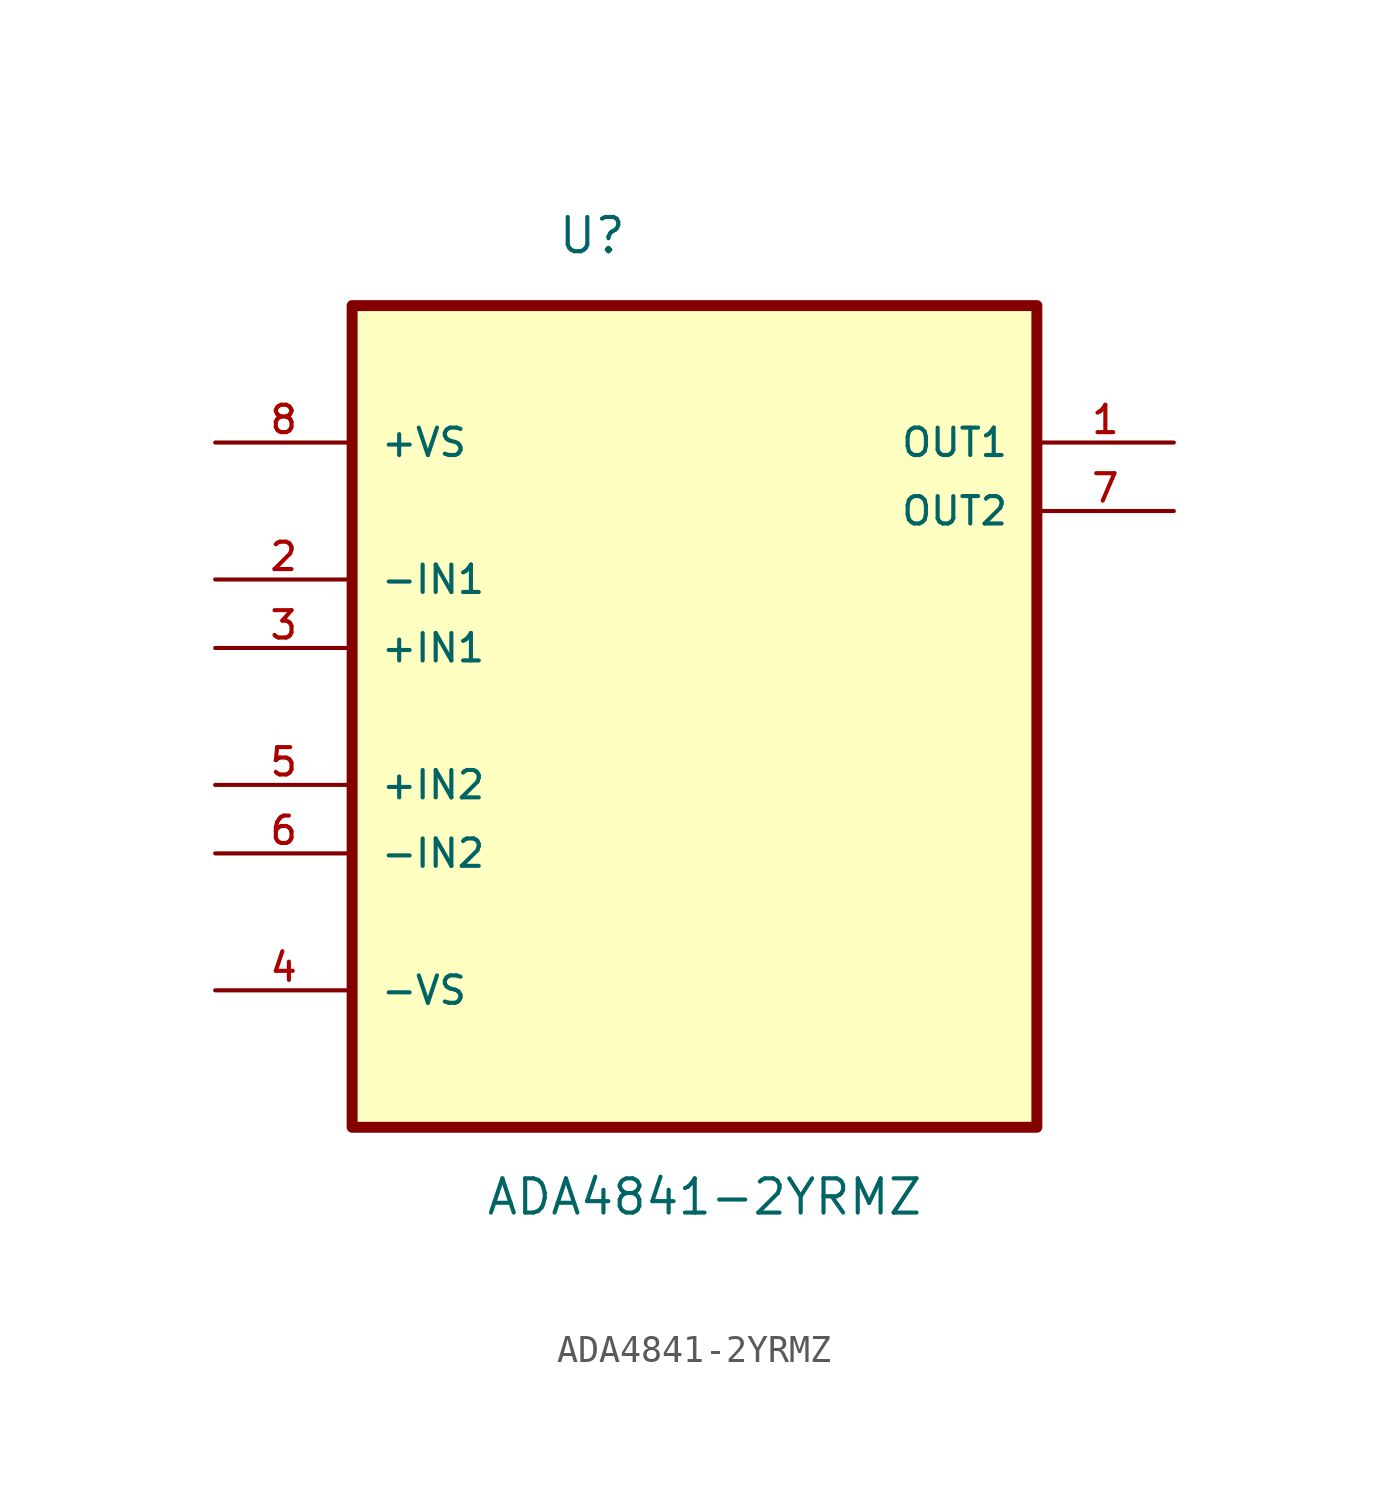
<source format=kicad_sym>
(kicad_symbol_lib
  (version 20211014)
  (generator kicad_symbol_editor)
  (symbol "ADA4841-2YRMZ"
    (pin_names
      (offset 1.016))
    (property "Reference" "U"
      (at -5.105 14.554 0)
      (effects (font (size 1.27 1.27)) (justify left bottom)))
    (property "Value" "ADA4841-2YRMZ"
      (at -7.772 -21.107 0)
      (effects (font (size 1.27 1.27)) (justify left bottom)))
    (property "ki_locked" ""
      (at 0 0 0)
      (effects (font (size 1.27 1.27))))
    (symbol "ADA4841-2YRMZ_0_0"
      (rectangle (start -12.7 -17.78) (end 12.7 12.7) (stroke (width 0.406) (type default) (color 0 0 0 0)) (fill (type background)))
      (pin output line (at 17.78 7.62 180) (length 5.08) (name "OUT1" (effects (font (size 1.016 1.016)))) (number "1" (effects (font (size 1.016 1.016)))))
      (pin input line (at -17.78 2.54 0) (length 5.08) (name "-IN1" (effects (font (size 1.016 1.016)))) (number "2" (effects (font (size 1.016 1.016)))))
      (pin input line (at -17.78 0 0) (length 5.08) (name "+IN1" (effects (font (size 1.016 1.016)))) (number "3" (effects (font (size 1.016 1.016)))))
      (pin power_in line (at -17.78 -12.7 0) (length 5.08) (name "-VS" (effects (font (size 1.016 1.016)))) (number "4" (effects (font (size 1.016 1.016)))))
      (pin input line (at -17.78 -5.08 0) (length 5.08) (name "+IN2" (effects (font (size 1.016 1.016)))) (number "5" (effects (font (size 1.016 1.016)))))
      (pin input line (at -17.78 -7.62 0) (length 5.08) (name "-IN2" (effects (font (size 1.016 1.016)))) (number "6" (effects (font (size 1.016 1.016)))))
      (pin output line (at 17.78 5.08 180) (length 5.08) (name "OUT2" (effects (font (size 1.016 1.016)))) (number "7" (effects (font (size 1.016 1.016)))))
      (pin power_in line (at -17.78 7.62 0) (length 5.08) (name "+VS" (effects (font (size 1.016 1.016)))) (number "8" (effects (font (size 1.016 1.016))))))))
</source>
